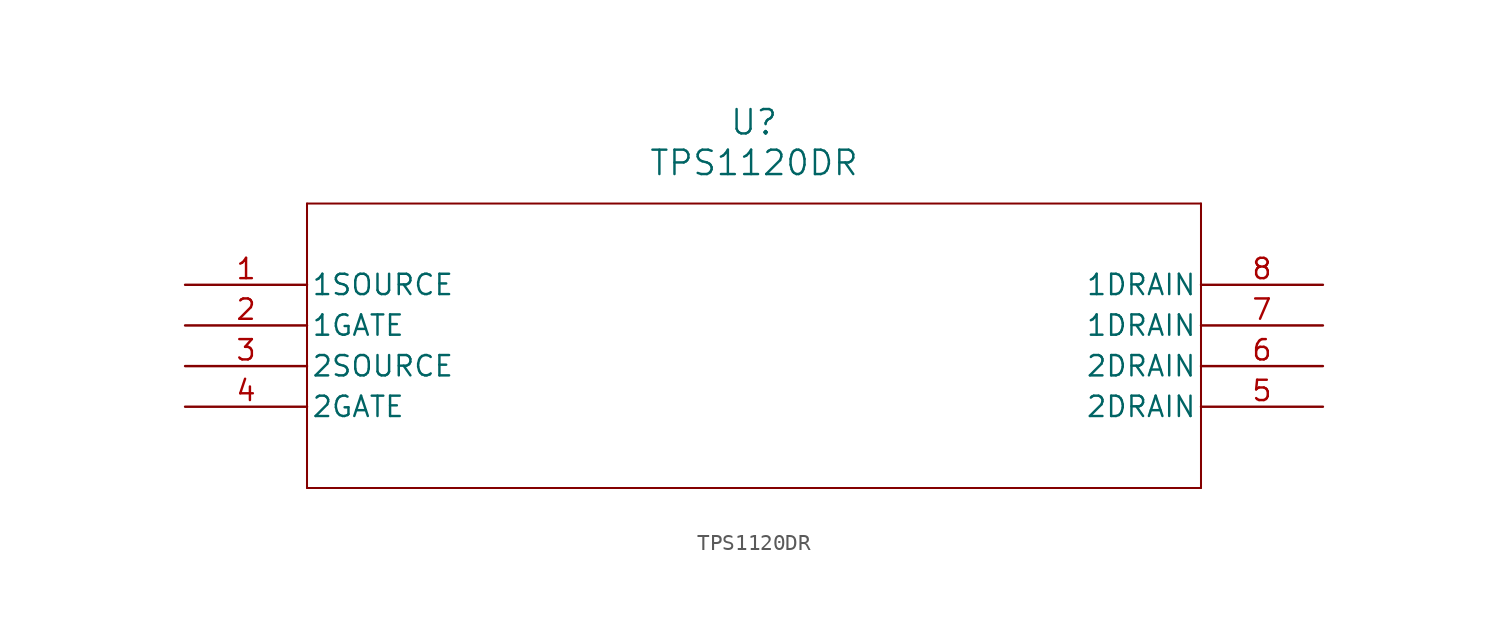
<source format=kicad_sym>
(kicad_symbol_lib
  (version 20211014)
  (generator kicad_symbol_editor)
  (symbol "TPS1120DR"
    (pin_names
      (offset 0.254))
    (property "Reference" "U"
      (at 35.56 10.16 0)
      (effects (font (size 1.524 1.524))))
    (property "Value" "TPS1120DR"
      (at 35.56 7.62 0)
      (effects (font (size 1.524 1.524))))
    (symbol "TPS1120DR_0_1"
      (polyline (pts (xy 7.62 5.08) (xy 7.62 -12.7)) (stroke (width 0.127) (type default) (color 0 0 0 0)) (fill (type none)))
      (polyline (pts (xy 7.62 -12.7) (xy 63.5 -12.7)) (stroke (width 0.127) (type default) (color 0 0 0 0)) (fill (type none)))
      (polyline (pts (xy 63.5 -12.7) (xy 63.5 5.08)) (stroke (width 0.127) (type default) (color 0 0 0 0)) (fill (type none)))
      (polyline (pts (xy 63.5 5.08) (xy 7.62 5.08)) (stroke (width 0.127) (type default) (color 0 0 0 0)) (fill (type none)))
      (pin unspecified line (at 0 0 0) (length 7.62) (name "1SOURCE" (effects (font (size 1.27 1.27)))) (number "1" (effects (font (size 1.27 1.27)))))
      (pin unspecified line (at 0 -2.54 0) (length 7.62) (name "1GATE" (effects (font (size 1.27 1.27)))) (number "2" (effects (font (size 1.27 1.27)))))
      (pin unspecified line (at 0 -5.08 0) (length 7.62) (name "2SOURCE" (effects (font (size 1.27 1.27)))) (number "3" (effects (font (size 1.27 1.27)))))
      (pin unspecified line (at 0 -7.62 0) (length 7.62) (name "2GATE" (effects (font (size 1.27 1.27)))) (number "4" (effects (font (size 1.27 1.27)))))
      (pin unspecified line (at 71.12 -7.62 180) (length 7.62) (name "2DRAIN" (effects (font (size 1.27 1.27)))) (number "5" (effects (font (size 1.27 1.27)))))
      (pin unspecified line (at 71.12 -5.08 180) (length 7.62) (name "2DRAIN" (effects (font (size 1.27 1.27)))) (number "6" (effects (font (size 1.27 1.27)))))
      (pin unspecified line (at 71.12 -2.54 180) (length 7.62) (name "1DRAIN" (effects (font (size 1.27 1.27)))) (number "7" (effects (font (size 1.27 1.27)))))
      (pin unspecified line (at 71.12 0 180) (length 7.62) (name "1DRAIN" (effects (font (size 1.27 1.27)))) (number "8" (effects (font (size 1.27 1.27))))))))
</source>
